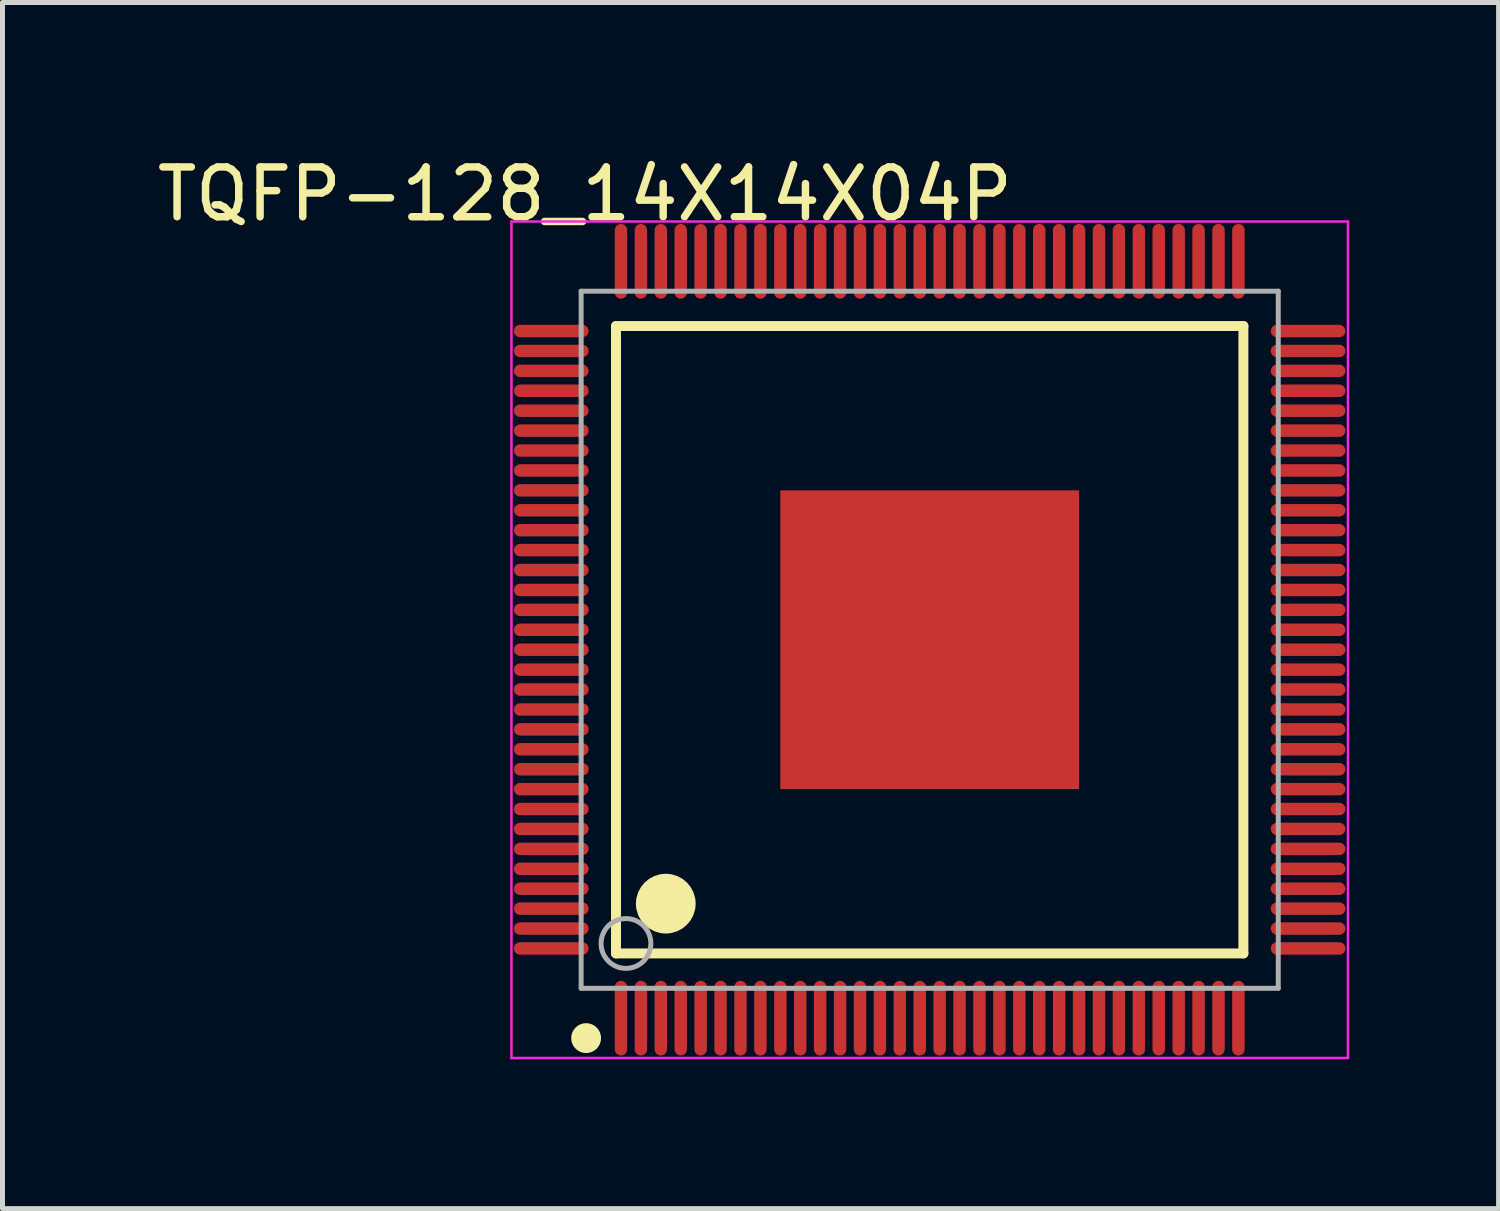
<source format=kicad_pcb>
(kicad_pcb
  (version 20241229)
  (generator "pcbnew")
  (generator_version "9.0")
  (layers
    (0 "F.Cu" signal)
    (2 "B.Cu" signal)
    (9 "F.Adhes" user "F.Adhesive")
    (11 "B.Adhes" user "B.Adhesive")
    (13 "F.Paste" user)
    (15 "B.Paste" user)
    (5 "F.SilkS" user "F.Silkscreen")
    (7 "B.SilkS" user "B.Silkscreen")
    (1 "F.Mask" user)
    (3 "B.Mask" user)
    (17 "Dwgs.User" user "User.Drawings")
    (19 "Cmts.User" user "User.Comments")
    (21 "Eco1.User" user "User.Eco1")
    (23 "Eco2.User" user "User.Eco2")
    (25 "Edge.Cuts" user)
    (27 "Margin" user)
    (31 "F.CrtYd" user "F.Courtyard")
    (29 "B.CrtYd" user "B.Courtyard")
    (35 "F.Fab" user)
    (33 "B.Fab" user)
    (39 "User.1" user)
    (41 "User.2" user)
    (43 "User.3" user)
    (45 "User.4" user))
  (footprint "TQFP-128_14X14X04P"
    (layer "F.Cu")
    (at 15.621 9.798)
    (property "Reference" "TQFP-128_14X14X04P" (at -6.924 -8.95 0) (layer "F.SilkS") (effects (font (size 1 1) (thickness 0.15))))
    (attr through_hole)
    (fp_line (start -6.3 -6.3) (end 6.3 -6.3) (stroke (width 0.2) (type solid)) (layer "F.SilkS"))
    (fp_line (start -6.3 6.3) (end -6.3 -6.3) (stroke (width 0.2) (type solid)) (layer "F.SilkS"))
    (fp_line (start -6.3 6.3) (end 6.3 6.3) (stroke (width 0.2) (type solid)) (layer "F.SilkS"))
    (fp_line (start 6.3 6.3) (end 6.3 -6.3) (stroke (width 0.2) (type solid)) (layer "F.SilkS"))
    (fp_circle (center -6.9 8) (end -6.75 8) (stroke (width 0.3) (type solid)) (fill no) (layer "F.SilkS"))
    (fp_circle (center -5.3 5.3) (end -5 5.3) (stroke (width 0.6) (type solid)) (fill no) (layer "F.SilkS"))
    (fp_line (start -8.4 -8.4) (end 8.4 -8.4) (stroke (width 0.05) (type solid)) (layer "F.CrtYd"))
    (fp_line (start -8.4 8.4) (end -8.4 -8.4) (stroke (width 0.05) (type solid)) (layer "F.CrtYd"))
    (fp_line (start 8.4 -8.4) (end 8.4 8.4) (stroke (width 0.05) (type solid)) (layer "F.CrtYd"))
    (fp_line (start 8.4 8.4) (end -8.4 8.4) (stroke (width 0.05) (type solid)) (layer "F.CrtYd"))
    (fp_line (start -7 -7) (end 7 -7) (stroke (width 0.1) (type solid)) (layer "F.Fab"))
    (fp_line (start -7 7) (end -7 -7) (stroke (width 0.1) (type solid)) (layer "F.Fab"))
    (fp_line (start -7 7) (end 7 7) (stroke (width 0.1) (type solid)) (layer "F.Fab"))
    (fp_line (start 7 7) (end 7 -7) (stroke (width 0.1) (type solid)) (layer "F.Fab"))
    (fp_circle (center -6.1 6.1) (end -5.6 6.1) (stroke (width 0.1) (type solid)) (fill no) (layer "F.Fab"))
    (pad "0" smd rect (at 0 0 270) (size 6 6) (layers "F.Cu" "F.Mask" "F.Paste"))
    (pad "1" smd oval (at -6.2 7.6) (size 0.25 1.5) (layers "F.Cu" "F.Mask" "F.Paste"))
    (pad "2" smd oval (at -5.8 7.6) (size 0.25 1.5) (layers "F.Cu" "F.Mask" "F.Paste"))
    (pad "3" smd oval (at -5.4 7.6) (size 0.25 1.5) (layers "F.Cu" "F.Mask" "F.Paste"))
    (pad "4" smd oval (at -5 7.6) (size 0.25 1.5) (layers "F.Cu" "F.Mask" "F.Paste"))
    (pad "5" smd oval (at -4.6 7.6) (size 0.25 1.5) (layers "F.Cu" "F.Mask" "F.Paste"))
    (pad "6" smd oval (at -4.2 7.6) (size 0.25 1.5) (layers "F.Cu" "F.Mask" "F.Paste"))
    (pad "7" smd oval (at -3.8 7.6) (size 0.25 1.5) (layers "F.Cu" "F.Mask" "F.Paste"))
    (pad "8" smd oval (at -3.4 7.6) (size 0.25 1.5) (layers "F.Cu" "F.Mask" "F.Paste"))
    (pad "9" smd oval (at -3 7.6) (size 0.25 1.5) (layers "F.Cu" "F.Mask" "F.Paste"))
    (pad "10" smd oval (at -2.6 7.6) (size 0.25 1.5) (layers "F.Cu" "F.Mask" "F.Paste"))
    (pad "11" smd oval (at -2.2 7.6) (size 0.25 1.5) (layers "F.Cu" "F.Mask" "F.Paste"))
    (pad "12" smd oval (at -1.8 7.6) (size 0.25 1.5) (layers "F.Cu" "F.Mask" "F.Paste"))
    (pad "13" smd oval (at -1.4 7.6) (size 0.25 1.5) (layers "F.Cu" "F.Mask" "F.Paste"))
    (pad "14" smd oval (at -1 7.6) (size 0.25 1.5) (layers "F.Cu" "F.Mask" "F.Paste"))
    (pad "15" smd oval (at -0.6 7.6) (size 0.25 1.5) (layers "F.Cu" "F.Mask" "F.Paste"))
    (pad "16" smd oval (at -0.2 7.6) (size 0.25 1.5) (layers "F.Cu" "F.Mask" "F.Paste"))
    (pad "17" smd oval (at 0.2 7.6) (size 0.25 1.5) (layers "F.Cu" "F.Mask" "F.Paste"))
    (pad "18" smd oval (at 0.6 7.6) (size 0.25 1.5) (layers "F.Cu" "F.Mask" "F.Paste"))
    (pad "19" smd oval (at 1 7.6) (size 0.25 1.5) (layers "F.Cu" "F.Mask" "F.Paste"))
    (pad "20" smd oval (at 1.4 7.6) (size 0.25 1.5) (layers "F.Cu" "F.Mask" "F.Paste"))
    (pad "21" smd oval (at 1.8 7.6) (size 0.25 1.5) (layers "F.Cu" "F.Mask" "F.Paste"))
    (pad "22" smd oval (at 2.2 7.6) (size 0.25 1.5) (layers "F.Cu" "F.Mask" "F.Paste"))
    (pad "23" smd oval (at 2.6 7.6) (size 0.25 1.5) (layers "F.Cu" "F.Mask" "F.Paste"))
    (pad "24" smd oval (at 3 7.6) (size 0.25 1.5) (layers "F.Cu" "F.Mask" "F.Paste"))
    (pad "25" smd oval (at 3.4 7.6) (size 0.25 1.5) (layers "F.Cu" "F.Mask" "F.Paste"))
    (pad "26" smd oval (at 3.8 7.6) (size 0.25 1.5) (layers "F.Cu" "F.Mask" "F.Paste"))
    (pad "27" smd oval (at 4.2 7.6) (size 0.25 1.5) (layers "F.Cu" "F.Mask" "F.Paste"))
    (pad "28" smd oval (at 4.6 7.6) (size 0.25 1.5) (layers "F.Cu" "F.Mask" "F.Paste"))
    (pad "29" smd oval (at 5 7.6) (size 0.25 1.5) (layers "F.Cu" "F.Mask" "F.Paste"))
    (pad "30" smd oval (at 5.4 7.6) (size 0.25 1.5) (layers "F.Cu" "F.Mask" "F.Paste"))
    (pad "31" smd oval (at 5.8 7.6) (size 0.25 1.5) (layers "F.Cu" "F.Mask" "F.Paste"))
    (pad "32" smd oval (at 6.2 7.6) (size 0.25 1.5) (layers "F.Cu" "F.Mask" "F.Paste"))
    (pad "33" smd oval (at 7.6 6.2 90) (size 0.25 1.5) (layers "F.Cu" "F.Mask" "F.Paste"))
    (pad "34" smd oval (at 7.6 5.8 90) (size 0.25 1.5) (layers "F.Cu" "F.Mask" "F.Paste"))
    (pad "35" smd oval (at 7.6 5.4 90) (size 0.25 1.5) (layers "F.Cu" "F.Mask" "F.Paste"))
    (pad "36" smd oval (at 7.6 5 90) (size 0.25 1.5) (layers "F.Cu" "F.Mask" "F.Paste"))
    (pad "37" smd oval (at 7.6 4.6 90) (size 0.25 1.5) (layers "F.Cu" "F.Mask" "F.Paste"))
    (pad "38" smd oval (at 7.6 4.2 90) (size 0.25 1.5) (layers "F.Cu" "F.Mask" "F.Paste"))
    (pad "39" smd oval (at 7.6 3.8 90) (size 0.25 1.5) (layers "F.Cu" "F.Mask" "F.Paste"))
    (pad "40" smd oval (at 7.6 3.4 90) (size 0.25 1.5) (layers "F.Cu" "F.Mask" "F.Paste"))
    (pad "41" smd oval (at 7.6 3 90) (size 0.25 1.5) (layers "F.Cu" "F.Mask" "F.Paste"))
    (pad "42" smd oval (at 7.6 2.6 90) (size 0.25 1.5) (layers "F.Cu" "F.Mask" "F.Paste"))
    (pad "43" smd oval (at 7.6 2.2 90) (size 0.25 1.5) (layers "F.Cu" "F.Mask" "F.Paste"))
    (pad "44" smd oval (at 7.6 1.8 90) (size 0.25 1.5) (layers "F.Cu" "F.Mask" "F.Paste"))
    (pad "45" smd oval (at 7.6 1.4 90) (size 0.25 1.5) (layers "F.Cu" "F.Mask" "F.Paste"))
    (pad "46" smd oval (at 7.6 1 90) (size 0.25 1.5) (layers "F.Cu" "F.Mask" "F.Paste"))
    (pad "47" smd oval (at 7.6 0.6 90) (size 0.25 1.5) (layers "F.Cu" "F.Mask" "F.Paste"))
    (pad "48" smd oval (at 7.6 0.2 90) (size 0.25 1.5) (layers "F.Cu" "F.Mask" "F.Paste"))
    (pad "49" smd oval (at 7.6 -0.2 90) (size 0.25 1.5) (layers "F.Cu" "F.Mask" "F.Paste"))
    (pad "50" smd oval (at 7.6 -0.6 90) (size 0.25 1.5) (layers "F.Cu" "F.Mask" "F.Paste"))
    (pad "51" smd oval (at 7.6 -1 90) (size 0.25 1.5) (layers "F.Cu" "F.Mask" "F.Paste"))
    (pad "52" smd oval (at 7.6 -1.4 90) (size 0.25 1.5) (layers "F.Cu" "F.Mask" "F.Paste"))
    (pad "53" smd oval (at 7.6 -1.8 90) (size 0.25 1.5) (layers "F.Cu" "F.Mask" "F.Paste"))
    (pad "54" smd oval (at 7.6 -2.2 90) (size 0.25 1.5) (layers "F.Cu" "F.Mask" "F.Paste"))
    (pad "55" smd oval (at 7.6 -2.6 90) (size 0.25 1.5) (layers "F.Cu" "F.Mask" "F.Paste"))
    (pad "56" smd oval (at 7.6 -3 90) (size 0.25 1.5) (layers "F.Cu" "F.Mask" "F.Paste"))
    (pad "57" smd oval (at 7.6 -3.4 90) (size 0.25 1.5) (layers "F.Cu" "F.Mask" "F.Paste"))
    (pad "58" smd oval (at 7.6 -3.8 90) (size 0.25 1.5) (layers "F.Cu" "F.Mask" "F.Paste"))
    (pad "59" smd oval (at 7.6 -4.2 90) (size 0.25 1.5) (layers "F.Cu" "F.Mask" "F.Paste"))
    (pad "60" smd oval (at 7.6 -4.6 90) (size 0.25 1.5) (layers "F.Cu" "F.Mask" "F.Paste"))
    (pad "61" smd oval (at 7.6 -5 90) (size 0.25 1.5) (layers "F.Cu" "F.Mask" "F.Paste"))
    (pad "62" smd oval (at 7.6 -5.4 90) (size 0.25 1.5) (layers "F.Cu" "F.Mask" "F.Paste"))
    (pad "63" smd oval (at 7.6 -5.8 90) (size 0.25 1.5) (layers "F.Cu" "F.Mask" "F.Paste"))
    (pad "64" smd oval (at 7.6 -6.2 90) (size 0.25 1.5) (layers "F.Cu" "F.Mask" "F.Paste"))
    (pad "65" smd oval (at 6.2 -7.6 180) (size 0.25 1.5) (layers "F.Cu" "F.Mask" "F.Paste"))
    (pad "66" smd oval (at 5.8 -7.6 180) (size 0.25 1.5) (layers "F.Cu" "F.Mask" "F.Paste"))
    (pad "67" smd oval (at 5.4 -7.6 180) (size 0.25 1.5) (layers "F.Cu" "F.Mask" "F.Paste"))
    (pad "68" smd oval (at 5 -7.6 180) (size 0.25 1.5) (layers "F.Cu" "F.Mask" "F.Paste"))
    (pad "69" smd oval (at 4.6 -7.6 180) (size 0.25 1.5) (layers "F.Cu" "F.Mask" "F.Paste"))
    (pad "70" smd oval (at 4.2 -7.6 180) (size 0.25 1.5) (layers "F.Cu" "F.Mask" "F.Paste"))
    (pad "71" smd oval (at 3.8 -7.6 180) (size 0.25 1.5) (layers "F.Cu" "F.Mask" "F.Paste"))
    (pad "72" smd oval (at 3.4 -7.6 180) (size 0.25 1.5) (layers "F.Cu" "F.Mask" "F.Paste"))
    (pad "73" smd oval (at 3 -7.6 180) (size 0.25 1.5) (layers "F.Cu" "F.Mask" "F.Paste"))
    (pad "74" smd oval (at 2.6 -7.6 180) (size 0.25 1.5) (layers "F.Cu" "F.Mask" "F.Paste"))
    (pad "75" smd oval (at 2.2 -7.6 180) (size 0.25 1.5) (layers "F.Cu" "F.Mask" "F.Paste"))
    (pad "76" smd oval (at 1.8 -7.6 180) (size 0.25 1.5) (layers "F.Cu" "F.Mask" "F.Paste"))
    (pad "77" smd oval (at 1.4 -7.6 180) (size 0.25 1.5) (layers "F.Cu" "F.Mask" "F.Paste"))
    (pad "78" smd oval (at 1 -7.6 180) (size 0.25 1.5) (layers "F.Cu" "F.Mask" "F.Paste"))
    (pad "79" smd oval (at 0.6 -7.6 180) (size 0.25 1.5) (layers "F.Cu" "F.Mask" "F.Paste"))
    (pad "80" smd oval (at 0.2 -7.6 180) (size 0.25 1.5) (layers "F.Cu" "F.Mask" "F.Paste"))
    (pad "81" smd oval (at -0.2 -7.6 180) (size 0.25 1.5) (layers "F.Cu" "F.Mask" "F.Paste"))
    (pad "82" smd oval (at -0.6 -7.6 180) (size 0.25 1.5) (layers "F.Cu" "F.Mask" "F.Paste"))
    (pad "83" smd oval (at -1 -7.6 180) (size 0.25 1.5) (layers "F.Cu" "F.Mask" "F.Paste"))
    (pad "84" smd oval (at -1.4 -7.6 180) (size 0.25 1.5) (layers "F.Cu" "F.Mask" "F.Paste"))
    (pad "85" smd oval (at -1.8 -7.6 180) (size 0.25 1.5) (layers "F.Cu" "F.Mask" "F.Paste"))
    (pad "86" smd oval (at -2.2 -7.6 180) (size 0.25 1.5) (layers "F.Cu" "F.Mask" "F.Paste"))
    (pad "87" smd oval (at -2.6 -7.6 180) (size 0.25 1.5) (layers "F.Cu" "F.Mask" "F.Paste"))
    (pad "88" smd oval (at -3 -7.6 180) (size 0.25 1.5) (layers "F.Cu" "F.Mask" "F.Paste"))
    (pad "89" smd oval (at -3.4 -7.6 180) (size 0.25 1.5) (layers "F.Cu" "F.Mask" "F.Paste"))
    (pad "90" smd oval (at -3.8 -7.6 180) (size 0.25 1.5) (layers "F.Cu" "F.Mask" "F.Paste"))
    (pad "91" smd oval (at -4.2 -7.6 180) (size 0.25 1.5) (layers "F.Cu" "F.Mask" "F.Paste"))
    (pad "92" smd oval (at -4.6 -7.6 180) (size 0.25 1.5) (layers "F.Cu" "F.Mask" "F.Paste"))
    (pad "93" smd oval (at -5 -7.6 180) (size 0.25 1.5) (layers "F.Cu" "F.Mask" "F.Paste"))
    (pad "94" smd oval (at -5.4 -7.6 180) (size 0.25 1.5) (layers "F.Cu" "F.Mask" "F.Paste"))
    (pad "95" smd oval (at -5.8 -7.6 180) (size 0.25 1.5) (layers "F.Cu" "F.Mask" "F.Paste"))
    (pad "96" smd oval (at -6.2 -7.6 180) (size 0.25 1.5) (layers "F.Cu" "F.Mask" "F.Paste"))
    (pad "97" smd oval (at -7.6 -6.2 270) (size 0.25 1.5) (layers "F.Cu" "F.Mask" "F.Paste"))
    (pad "98" smd oval (at -7.6 -5.8 270) (size 0.25 1.5) (layers "F.Cu" "F.Mask" "F.Paste"))
    (pad "99" smd oval (at -7.6 -5.4 270) (size 0.25 1.5) (layers "F.Cu" "F.Mask" "F.Paste"))
    (pad "100" smd oval (at -7.6 -5 270) (size 0.25 1.5) (layers "F.Cu" "F.Mask" "F.Paste"))
    (pad "101" smd oval (at -7.6 -4.6 270) (size 0.25 1.5) (layers "F.Cu" "F.Mask" "F.Paste"))
    (pad "102" smd oval (at -7.6 -4.2 270) (size 0.25 1.5) (layers "F.Cu" "F.Mask" "F.Paste"))
    (pad "103" smd oval (at -7.6 -3.8 270) (size 0.25 1.5) (layers "F.Cu" "F.Mask" "F.Paste"))
    (pad "104" smd oval (at -7.6 -3.4 270) (size 0.25 1.5) (layers "F.Cu" "F.Mask" "F.Paste"))
    (pad "105" smd oval (at -7.6 -3 270) (size 0.25 1.5) (layers "F.Cu" "F.Mask" "F.Paste"))
    (pad "106" smd oval (at -7.6 -2.6 270) (size 0.25 1.5) (layers "F.Cu" "F.Mask" "F.Paste"))
    (pad "107" smd oval (at -7.6 -2.2 270) (size 0.25 1.5) (layers "F.Cu" "F.Mask" "F.Paste"))
    (pad "108" smd oval (at -7.6 -1.8 270) (size 0.25 1.5) (layers "F.Cu" "F.Mask" "F.Paste"))
    (pad "109" smd oval (at -7.6 -1.4 270) (size 0.25 1.5) (layers "F.Cu" "F.Mask" "F.Paste"))
    (pad "110" smd oval (at -7.6 -1 270) (size 0.25 1.5) (layers "F.Cu" "F.Mask" "F.Paste"))
    (pad "111" smd oval (at -7.6 -0.6 270) (size 0.25 1.5) (layers "F.Cu" "F.Mask" "F.Paste"))
    (pad "112" smd oval (at -7.6 -0.2 270) (size 0.25 1.5) (layers "F.Cu" "F.Mask" "F.Paste"))
    (pad "113" smd oval (at -7.6 0.2 270) (size 0.25 1.5) (layers "F.Cu" "F.Mask" "F.Paste"))
    (pad "114" smd oval (at -7.6 0.6 270) (size 0.25 1.5) (layers "F.Cu" "F.Mask" "F.Paste"))
    (pad "115" smd oval (at -7.6 1 270) (size 0.25 1.5) (layers "F.Cu" "F.Mask" "F.Paste"))
    (pad "116" smd oval (at -7.6 1.4 270) (size 0.25 1.5) (layers "F.Cu" "F.Mask" "F.Paste"))
    (pad "117" smd oval (at -7.6 1.8 270) (size 0.25 1.5) (layers "F.Cu" "F.Mask" "F.Paste"))
    (pad "118" smd oval (at -7.6 2.2 270) (size 0.25 1.5) (layers "F.Cu" "F.Mask" "F.Paste"))
    (pad "119" smd oval (at -7.6 2.6 270) (size 0.25 1.5) (layers "F.Cu" "F.Mask" "F.Paste"))
    (pad "120" smd oval (at -7.6 3 270) (size 0.25 1.5) (layers "F.Cu" "F.Mask" "F.Paste"))
    (pad "121" smd oval (at -7.6 3.4 270) (size 0.25 1.5) (layers "F.Cu" "F.Mask" "F.Paste"))
    (pad "122" smd oval (at -7.6 3.8 270) (size 0.25 1.5) (layers "F.Cu" "F.Mask" "F.Paste"))
    (pad "123" smd oval (at -7.6 4.2 270) (size 0.25 1.5) (layers "F.Cu" "F.Mask" "F.Paste"))
    (pad "124" smd oval (at -7.6 4.6 270) (size 0.25 1.5) (layers "F.Cu" "F.Mask" "F.Paste"))
    (pad "125" smd oval (at -7.6 5 270) (size 0.25 1.5) (layers "F.Cu" "F.Mask" "F.Paste"))
    (pad "126" smd oval (at -7.6 5.4 270) (size 0.25 1.5) (layers "F.Cu" "F.Mask" "F.Paste"))
    (pad "127" smd oval (at -7.6 5.8 270) (size 0.25 1.5) (layers "F.Cu" "F.Mask" "F.Paste"))
    (pad "128" smd oval (at -7.6 6.2 270) (size 0.25 1.5) (layers "F.Cu" "F.Mask" "F.Paste")))
  (gr_rect
    (start -3 -3)
    (end 27.046 21.223)
    (stroke (width 0.1) (type default))
    (fill no)
    (layer "Edge.Cuts")))
</source>
